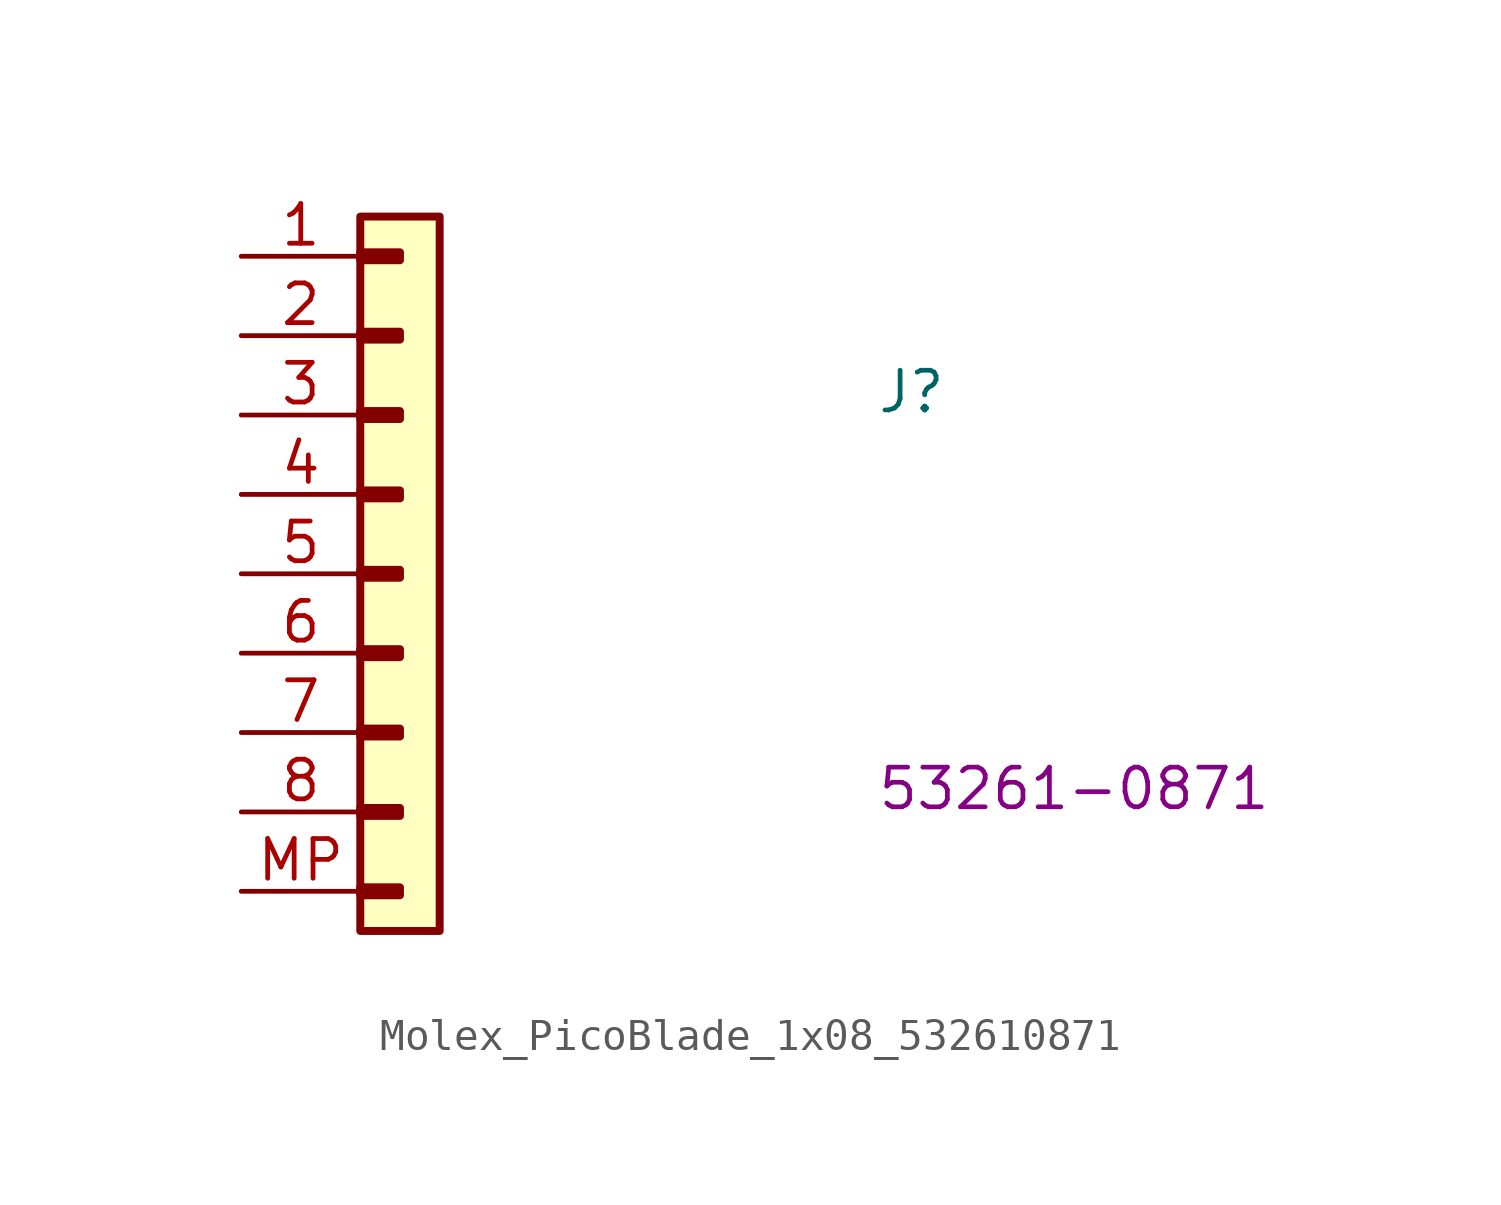
<source format=kicad_sym>
(kicad_symbol_lib
  (version 20220914)
  (generator kicad_symbol_editor)
  (symbol "Molex_PicoBlade_1x08_532610871"
    (pin_names hide)
    (property "Reference" "J"
      (at 20.32 -5.08 0)
      (effects (font (size 1.27 1.27) (thickness 0.15)) (justify left bottom)))
    (property "MPN" "53261-0871"
      (at 20.32 -17.78 0)
      (effects (font (size 1.27 1.27) (thickness 0.15)) (justify left bottom)))
    (symbol "Molex_PicoBlade_1x08_532610871_1_1"
      (rectangle (start 3.81 -20.193) (end 5.08 -20.447) (stroke (width 0.254) (type default)) (fill (type background)))
      (rectangle (start 3.81 -17.653) (end 5.08 -17.907) (stroke (width 0.254) (type default)) (fill (type background)))
      (rectangle (start 3.81 -15.113) (end 5.08 -15.367) (stroke (width 0.254) (type default)) (fill (type background)))
      (rectangle (start 3.81 -12.573) (end 5.08 -12.827) (stroke (width 0.254) (type default)) (fill (type background)))
      (rectangle (start 3.81 -10.033) (end 5.08 -10.287) (stroke (width 0.254) (type default)) (fill (type background)))
      (rectangle (start 3.81 -7.493) (end 5.08 -7.747) (stroke (width 0.254) (type default)) (fill (type background)))
      (rectangle (start 3.81 -4.953) (end 5.08 -5.207) (stroke (width 0.254) (type default)) (fill (type background)))
      (rectangle (start 3.81 -2.413) (end 5.08 -2.667) (stroke (width 0.254) (type default)) (fill (type background)))
      (rectangle (start 3.81 0.127) (end 5.08 -0.127) (stroke (width 0.254) (type default)) (fill (type background)))
      (rectangle (start 3.81 1.27) (end 6.35 -21.59) (stroke (width 0.254) (type default)) (fill (type background)))
      (pin passive line (at 0 0 0) (length 3.81) (name "1" (effects (font (size 1.27 1.27)))) (number "1" (effects (font (size 1.27 1.27)))))
      (pin passive line (at 0 -2.54 0) (length 3.81) (name "2" (effects (font (size 1.27 1.27)))) (number "2" (effects (font (size 1.27 1.27)))))
      (pin passive line (at 0 -5.08 0) (length 3.81) (name "3" (effects (font (size 1.27 1.27)))) (number "3" (effects (font (size 1.27 1.27)))))
      (pin passive line (at 0 -7.62 0) (length 3.81) (name "4" (effects (font (size 1.27 1.27)))) (number "4" (effects (font (size 1.27 1.27)))))
      (pin passive line (at 0 -10.16 0) (length 3.81) (name "5" (effects (font (size 1.27 1.27)))) (number "5" (effects (font (size 1.27 1.27)))))
      (pin passive line (at 0 -12.7 0) (length 3.81) (name "6" (effects (font (size 1.27 1.27)))) (number "6" (effects (font (size 1.27 1.27)))))
      (pin passive line (at 0 -15.24 0) (length 3.81) (name "7" (effects (font (size 1.27 1.27)))) (number "7" (effects (font (size 1.27 1.27)))))
      (pin passive line (at 0 -17.78 0) (length 3.81) (name "8" (effects (font (size 1.27 1.27)))) (number "8" (effects (font (size 1.27 1.27)))))
      (pin passive line (at 0 -20.32 0) (length 3.81) (name "MP" (effects (font (size 1.27 1.27)))) (number "MP" (effects (font (size 1.27 1.27))))))))
</source>
